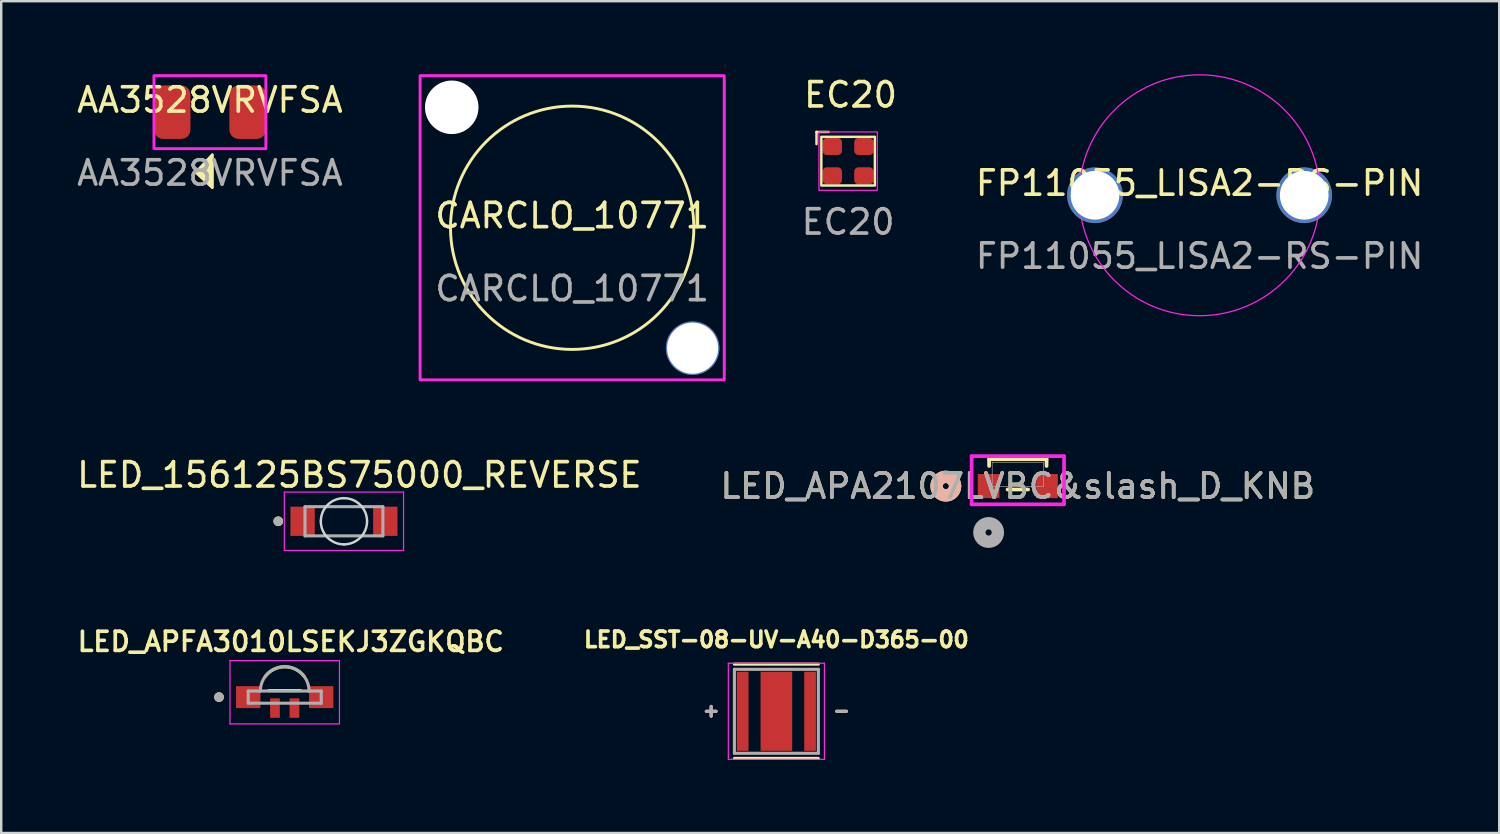
<source format=kicad_pcb>
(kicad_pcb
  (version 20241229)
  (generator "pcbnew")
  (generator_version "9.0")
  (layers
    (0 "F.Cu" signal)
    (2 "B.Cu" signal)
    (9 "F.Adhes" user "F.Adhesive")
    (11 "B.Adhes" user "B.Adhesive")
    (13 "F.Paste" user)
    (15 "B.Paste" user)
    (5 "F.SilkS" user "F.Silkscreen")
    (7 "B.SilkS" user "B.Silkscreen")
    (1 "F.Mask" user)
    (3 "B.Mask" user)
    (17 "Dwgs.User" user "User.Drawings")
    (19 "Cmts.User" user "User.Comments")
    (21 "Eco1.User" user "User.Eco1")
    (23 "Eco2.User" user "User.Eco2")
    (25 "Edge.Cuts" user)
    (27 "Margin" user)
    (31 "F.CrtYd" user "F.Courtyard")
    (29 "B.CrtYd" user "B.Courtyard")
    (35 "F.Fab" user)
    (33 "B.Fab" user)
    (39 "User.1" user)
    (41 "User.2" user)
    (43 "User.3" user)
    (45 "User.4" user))
  (footprint "LED_156125BS75000_REVERSE"
    (layer "F.Cu")
    (at 11.085 18.373)
    (property "Reference" "LED_156125BS75000_REVERSE" (at 0.635 -1.905 0) (layer "F.SilkS") (effects (font (size 1 1) (thickness 0.15))))
    (attr through_hole)
    (fp_circle (center -2.7 0) (end -2.6 0) (stroke (width 0.2) (type solid)) (fill no) (layer "F.SilkS"))
    (fp_arc (start -0.95 0) (mid -0.671751 -0.671751) (end 0 -0.95) (stroke (width 0.1) (type solid)) (layer "Edge.Cuts"))
    (fp_arc (start 0 -0.95) (mid 0.671751 -0.671751) (end 0.95 0) (stroke (width 0.1) (type solid)) (layer "Edge.Cuts"))
    (fp_arc (start 0 0.95) (mid -0.671751 0.671751) (end -0.95 0) (stroke (width 0.1) (type solid)) (layer "Edge.Cuts"))
    (fp_arc (start 0.95 0) (mid 0.671751 0.671751) (end 0 0.95) (stroke (width 0.1) (type solid)) (layer "Edge.Cuts"))
    (fp_line (start -2.45 -1.2) (end 2.45 -1.2) (stroke (width 0.05) (type solid)) (layer "F.CrtYd"))
    (fp_line (start -2.45 1.2) (end -2.45 -1.2) (stroke (width 0.05) (type solid)) (layer "F.CrtYd"))
    (fp_line (start 2.45 -1.2) (end 2.45 1.2) (stroke (width 0.05) (type solid)) (layer "F.CrtYd"))
    (fp_line (start 2.45 1.2) (end -2.45 1.2) (stroke (width 0.05) (type solid)) (layer "F.CrtYd"))
    (fp_line (start -1.6 -0.6) (end 1.6 -0.6) (stroke (width 0.127) (type solid)) (layer "F.Fab"))
    (fp_line (start -1.6 0.6) (end -1.6 -0.6) (stroke (width 0.127) (type solid)) (layer "F.Fab"))
    (fp_line (start 1.6 -0.6) (end 1.6 0.6) (stroke (width 0.127) (type solid)) (layer "F.Fab"))
    (fp_line (start 1.6 0.6) (end -1.6 0.6) (stroke (width 0.127) (type solid)) (layer "F.Fab"))
    (fp_circle (center -2.7 0) (end -2.6 0) (stroke (width 0.2) (type solid)) (fill no) (layer "F.Fab"))
    (pad "A" smd rect (at 1.7 0) (size 1 1.2) (layers "F.Cu" "F.Mask" "F.Paste"))
    (pad "C" smd rect (at -1.7 0) (size 1 1.2) (layers "F.Cu" "F.Mask" "F.Paste")))
  (footprint "CARCLO_10771"
    (layer "F.Cu")
    (at 20.465 6.31)
    (property "Reference" "CARCLO_10771" (at 0 -0.5 0) (unlocked yes) (layer "F.SilkS") (effects (font (size 1 1) (thickness 0.15))))
    (attr smd)
    (fp_circle (center 0 0) (end 5 0) (stroke (width 0.12) (type default)) (fill no) (layer "F.SilkS"))
    (fp_rect (start -6.25 -6.25) (end 6.25 6.25) (stroke (width 0.12) (type default)) (fill no) (layer "F.CrtYd"))
    (fp_text user "${REFERENCE}" (at 0 2.5 0) (unlocked yes) (layer "F.Fab") (effects (font (size 1 1) (thickness 0.15))))
    (pad "" np_thru_hole circle (at -4.95 -4.95) (size 2.2 2.2) (drill 2.6) (layers "*.Cu" "*.Mask"))
    (pad "" np_thru_hole circle (at 4.95 4.95) (size 2.2 2.2) (drill 2.1) (layers "*.Cu" "*.Mask")))
  (footprint "LED_SST-08-UV-A40-D365-00"
    (layer "F.Cu")
    (at 28.857 26.182)
    (property "Reference" "LED_SST-08-UV-A40-D365-00" (at 0 -2.946 0) (layer "F.SilkS") (effects (font (size 0.64 0.64) (thickness 0.15))))
    (attr smd)
    (fp_line (start -2.88 0) (end -2.48 0) (stroke (width 0.127) (type solid)) (layer "F.SilkS"))
    (fp_line (start -2.68 -0.2) (end -2.68 0.2) (stroke (width 0.127) (type solid)) (layer "F.SilkS"))
    (fp_line (start -1.725 -1.938) (end 1.725 -1.938) (stroke (width 0.127) (type solid)) (layer "F.SilkS"))
    (fp_line (start 1.725 1.938) (end -1.725 1.938) (stroke (width 0.127) (type solid)) (layer "F.SilkS"))
    (fp_line (start 2.48 0) (end 2.88 0) (stroke (width 0.127) (type solid)) (layer "F.SilkS"))
    (fp_poly (pts (xy -0.575 -1.375) (xy 0.575 -1.375) (xy 0.575 -0.625) (xy -0.575 -0.625)) (stroke (width 0.01) (type solid)) (fill yes) (layer "F.Paste"))
    (fp_poly (pts (xy -0.575 -0.375) (xy 0.575 -0.375) (xy 0.575 0.375) (xy -0.575 0.375)) (stroke (width 0.01) (type solid)) (fill yes) (layer "F.Paste"))
    (fp_poly (pts (xy -0.575 0.625) (xy 0.575 0.625) (xy 0.575 1.375) (xy -0.575 1.375)) (stroke (width 0.01) (type solid)) (fill yes) (layer "F.Paste"))
    (fp_line (start -1.975 -1.975) (end 1.975 -1.975) (stroke (width 0.05) (type solid)) (layer "F.CrtYd"))
    (fp_line (start -1.975 1.975) (end -1.975 -1.975) (stroke (width 0.05) (type solid)) (layer "F.CrtYd"))
    (fp_line (start 1.975 -1.975) (end 1.975 1.975) (stroke (width 0.05) (type solid)) (layer "F.CrtYd"))
    (fp_line (start 1.975 1.975) (end -1.975 1.975) (stroke (width 0.05) (type solid)) (layer "F.CrtYd"))
    (fp_line (start -2.88 0) (end -2.48 0) (stroke (width 0.127) (type solid)) (layer "F.Fab"))
    (fp_line (start -2.68 -0.2) (end -2.68 0.2) (stroke (width 0.127) (type solid)) (layer "F.Fab"))
    (fp_line (start -1.725 -1.725) (end 1.725 -1.725) (stroke (width 0.127) (type solid)) (layer "F.Fab"))
    (fp_line (start -1.725 1.725) (end -1.725 -1.725) (stroke (width 0.127) (type solid)) (layer "F.Fab"))
    (fp_line (start 1.725 -1.725) (end 1.725 1.725) (stroke (width 0.127) (type solid)) (layer "F.Fab"))
    (fp_line (start 1.725 1.725) (end -1.725 1.725) (stroke (width 0.127) (type solid)) (layer "F.Fab"))
    (fp_line (start 2.48 0) (end 2.88 0) (stroke (width 0.127) (type solid)) (layer "F.Fab"))
    (pad "A" smd rect (at -1.385 0) (size 0.48 3.25) (layers "F.Cu" "F.Mask" "F.Paste"))
    (pad "C" smd rect (at 1.385 0) (size 0.48 3.25) (layers "F.Cu" "F.Mask" "F.Paste"))
    (pad "EXP" smd rect (at 0 0) (size 1.3 3.25) (layers "F.Cu" "F.Mask")))
  (footprint "LED_APA2107LVBC&slash_D_KNB"
    (layer "F.Cu")
    (at 38.78 16.445)
    (property "Reference" "LED_APA2107LVBC&slash_D_KNB" (at 0 0.483 0) (unlocked yes) (layer "F.SilkS") (effects (font (size 1 1) (thickness 0.15))))
    (attr smd)
    (fp_line (start -1.181 -0.622) (end -1.181 -0.345) (stroke (width 0.152) (type solid)) (layer "F.SilkS"))
    (fp_line (start -0.423 0.622) (end 0.423 0.622) (stroke (width 0.152) (type solid)) (layer "F.SilkS"))
    (fp_line (start 1.181 -0.622) (end -1.181 -0.622) (stroke (width 0.152) (type solid)) (layer "F.SilkS"))
    (fp_line (start 1.181 -0.345) (end 1.181 -0.622) (stroke (width 0.152) (type solid)) (layer "F.SilkS"))
    (fp_circle (center -2.959 0.483) (end -2.578 0.483) (stroke (width 0.508) (type solid)) (fill no) (layer "F.SilkS"))
    (fp_circle (center -2.959 0.483) (end -2.578 0.483) (stroke (width 0.508) (type solid)) (fill no) (layer "B.SilkS"))
    (fp_line (start -1.899 -0.749) (end -1.899 1.232) (stroke (width 0.152) (type solid)) (layer "F.CrtYd"))
    (fp_line (start -1.899 1.232) (end 1.899 1.232) (stroke (width 0.152) (type solid)) (layer "F.CrtYd"))
    (fp_line (start 1.899 -0.749) (end -1.899 -0.749) (stroke (width 0.152) (type solid)) (layer "F.CrtYd"))
    (fp_line (start 1.899 1.232) (end 1.899 -0.749) (stroke (width 0.152) (type solid)) (layer "F.CrtYd"))
    (fp_line (start -1.054 -0.495) (end -1.054 0.495) (stroke (width 0.025) (type solid)) (layer "F.Fab"))
    (fp_line (start -1.054 0.495) (end 1.054 0.495) (stroke (width 0.025) (type solid)) (layer "F.Fab"))
    (fp_line (start 1.054 -0.495) (end -1.054 -0.495) (stroke (width 0.025) (type solid)) (layer "F.Fab"))
    (fp_line (start 1.054 0.495) (end 1.054 -0.495) (stroke (width 0.025) (type solid)) (layer "F.Fab"))
    (fp_circle (center -1.2 2.388) (end -0.819 2.388) (stroke (width 0.508) (type solid)) (fill no) (layer "F.Fab"))
    (fp_text user "${REFERENCE}" (at 0 0.483 0) (unlocked yes) (layer "F.Fab") (effects (font (size 1 1) (thickness 0.15))))
    (pad "1" smd rect (at -1.2 0.483) (size 0.889 0.991) (layers "F.Cu" "F.Mask" "F.Paste"))
    (pad "2" smd rect (at 1.2 0.483) (size 0.889 0.991) (layers "F.Cu" "F.Mask" "F.Paste")))
  (footprint "LED_APFA3010LSEKJ3ZGKQBC"
    (layer "F.Cu")
    (at 8.651 25.6)
    (property "Reference" "LED_APFA3010LSEKJ3ZGKQBC" (at 0.25 -2.278 0) (layer "F.SilkS") (effects (font (size 0.787 0.787) (thickness 0.15))))
    (attr smd)
    (fp_line (start -0.65 -0.27) (end 0.65 -0.27) (stroke (width 0.127) (type solid)) (layer "F.SilkS"))
    (fp_arc (start -0.8 -0.85) (mid 0 -1.248865) (end 0.8 -0.85) (stroke (width 0.127) (type solid)) (layer "F.SilkS"))
    (fp_circle (center -2.7 0) (end -2.6 0) (stroke (width 0.2) (type solid)) (fill no) (layer "F.SilkS"))
    (fp_line (start -2.25 -1.5) (end 2.25 -1.5) (stroke (width 0.05) (type solid)) (layer "F.CrtYd"))
    (fp_line (start -2.25 1.1) (end -2.25 -1.5) (stroke (width 0.05) (type solid)) (layer "F.CrtYd"))
    (fp_line (start 2.25 -1.5) (end 2.25 1.1) (stroke (width 0.05) (type solid)) (layer "F.CrtYd"))
    (fp_line (start 2.25 1.1) (end -2.25 1.1) (stroke (width 0.05) (type solid)) (layer "F.CrtYd"))
    (fp_line (start -1.5 -0.25) (end -1 -0.25) (stroke (width 0.127) (type solid)) (layer "F.Fab"))
    (fp_line (start -1.5 0.25) (end -1.5 -0.25) (stroke (width 0.127) (type solid)) (layer "F.Fab"))
    (fp_line (start -1 -0.25) (end 1 -0.25) (stroke (width 0.127) (type solid)) (layer "F.Fab"))
    (fp_line (start 1 -0.25) (end 1.5 -0.25) (stroke (width 0.127) (type solid)) (layer "F.Fab"))
    (fp_line (start 1.5 -0.25) (end 1.5 0.25) (stroke (width 0.127) (type solid)) (layer "F.Fab"))
    (fp_line (start 1.5 0.25) (end -1.5 0.25) (stroke (width 0.127) (type solid)) (layer "F.Fab"))
    (fp_arc (start -1 -0.25) (mid -0.707107 -0.957107) (end 0 -1.25) (stroke (width 0.127) (type solid)) (layer "F.Fab"))
    (fp_arc (start 0 -1.25) (mid 0.707107 -0.957107) (end 1 -0.25) (stroke (width 0.127) (type solid)) (layer "F.Fab"))
    (fp_circle (center -2.7 0) (end -2.6 0) (stroke (width 0.2) (type solid)) (fill no) (layer "F.Fab"))
    (pad "1" smd rect (at -1.5 0) (size 1 0.9) (layers "F.Cu" "F.Mask" "F.Paste"))
    (pad "2" smd rect (at 1.5 0) (size 1 0.9) (layers "F.Cu" "F.Mask" "F.Paste"))
    (pad "3" smd rect (at 0.4 0.45) (size 0.4 0.8) (layers "F.Cu" "F.Mask" "F.Paste"))
    (pad "4" smd rect (at -0.4 0.45) (size 0.4 0.8) (layers "F.Cu" "F.Mask" "F.Paste")))
  (footprint "EC20"
    (layer "F.Cu")
    (at 31.805 3.573)
    (property "Reference" "EC20" (at 0.1 -2.725 0) (unlocked yes) (layer "F.SilkS") (effects (font (size 1 1) (thickness 0.15))))
    (attr smd)
    (fp_line (start -1.3 -1.2) (end -0.8 -1.2) (stroke (width 0.1) (type solid)) (layer "F.SilkS"))
    (fp_line (start -1.3 -0.7) (end -1.3 -1.2) (stroke (width 0.1) (type solid)) (layer "F.SilkS"))
    (fp_rect (start -1.1 -1) (end 1.1 1) (stroke (width 0.1) (type solid)) (fill no) (layer "F.SilkS"))
    (fp_rect (start -1.2 -1.2) (end 1.2 1.2) (stroke (width 0.05) (type solid)) (fill no) (layer "F.CrtYd"))
    (fp_text user "${REFERENCE}" (at 0 2.5 0) (unlocked yes) (layer "F.Fab") (effects (font (size 1 1) (thickness 0.15))))
    (pad "1" smd roundrect (at 0.65 0.6) (size 0.8 0.7) (layers "F.Cu" "F.Mask" "F.Paste") (roundrect_rratio 0.25))
    (pad "2" smd roundrect (at 0.65 -0.6) (size 0.8 0.7) (layers "F.Cu" "F.Mask" "F.Paste") (roundrect_rratio 0.25))
    (pad "3" smd roundrect (at -0.65 -0.6) (size 0.8 0.7) (layers "F.Cu" "F.Mask" "F.Paste") (roundrect_rratio 0.25))
    (pad "4" smd roundrect (at -0.65 0.6) (size 0.8 0.7) (layers "F.Cu" "F.Mask" "F.Paste") (roundrect_rratio 0.25)))
  (footprint "FP11055_LISA2-RS-PIN"
    (layer "F.Cu")
    (at 46.25 4.975)
    (property "Reference" "FP11055_LISA2-RS-PIN" (at 0 -0.5 0) (unlocked yes) (layer "F.SilkS") (effects (font (size 1 1) (thickness 0.15))))
    (attr smd)
    (fp_circle (center 0 0) (end 4.95 0) (stroke (width 0.05) (type default)) (fill no) (layer "F.CrtYd"))
    (fp_text user "${REFERENCE}" (at 0 2.5 0) (unlocked yes) (layer "F.Fab") (effects (font (size 1 1) (thickness 0.15))))
    (pad "1" thru_hole circle (at -4.3 0) (size 2.286 2.286) (drill 2) (layers "*.Cu" "*.Mask"))
    (pad "1" thru_hole circle (at 4.3 0) (size 2.286 2.286) (drill 2) (layers "*.Cu" "*.Mask")))
  (footprint "AA3528VRVFSA"
    (layer "F.Cu")
    (at 5.577 1.56)
    (property "Reference" "AA3528VRVFSA" (at 0 -0.5 0) (unlocked yes) (layer "F.SilkS") (effects (font (size 1 1) (thickness 0.15))))
    (attr smd)
    (fp_poly (pts (xy -0.575 2.475) (xy 0.1 1.75) (xy 0.1 3.1)) (stroke (width 0.12) (type solid)) (fill yes) (layer "F.SilkS"))
    (fp_rect (start -2.3 -1.5) (end 2.3 1.5) (stroke (width 0.12) (type default)) (fill no) (layer "F.CrtYd"))
    (fp_text user "${REFERENCE}" (at 0 2.5 0) (unlocked yes) (layer "F.Fab") (effects (font (size 1 1) (thickness 0.15))))
    (pad "1" smd roundrect (at -1.55 0) (size 1.5 2.2) (layers "F.Cu" "F.Mask" "F.Paste") (roundrect_rratio 0.25))
    (pad "2" smd roundrect (at 1.55 0) (size 1.5 2.2) (layers "F.Cu" "F.Mask" "F.Paste") (roundrect_rratio 0.25)))
  (gr_rect
    (start -3 -3)
    (end 58.565 31.184)
    (stroke (width 0.1) (type default))
    (fill no)
    (layer "Edge.Cuts")))
</source>
